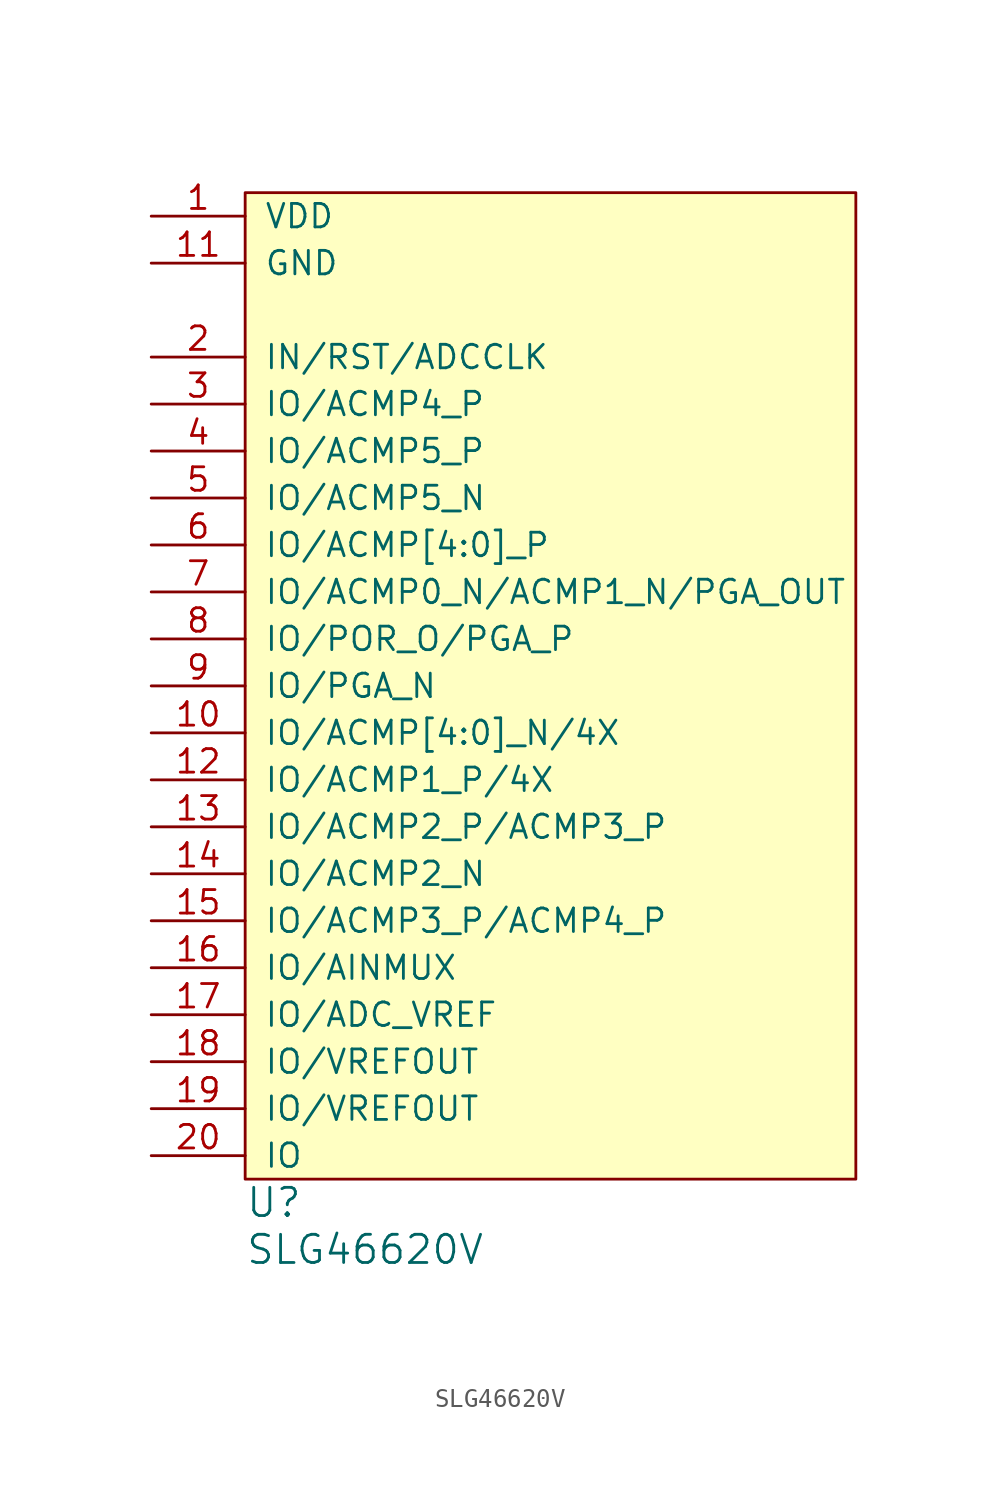
<source format=kicad_sym>
(kicad_symbol_lib
  (version 20211014)
  (generator kicad_symbol_editor)
  (symbol "SLG46620V"
    (pin_names
      (offset 1.016))
    (property "Reference" "U"
      (at 0 -1.27 0)
      (effects (font (size 1.524 1.524)) (justify left)))
    (property "Value" "SLG46620V"
      (at 0 -3.81 0)
      (effects (font (size 1.524 1.524)) (justify left)))
    (symbol "SLG46620V_0_1"
      (rectangle (start 0 53.34) (end 33.02 0) (stroke (width 0) (type default) (color 0 0 0 0)) (fill (type background))))
    (symbol "SLG46620V_1_1"
      (pin power_in line (at -5.08 52.07 0) (length 5.08) (name "VDD" (effects (font (size 1.27 1.27)))) (number "1" (effects (font (size 1.27 1.27)))))
      (pin bidirectional line (at -5.08 24.13 0) (length 5.08) (name "IO/ACMP[4:0]_N/4X" (effects (font (size 1.27 1.27)))) (number "10" (effects (font (size 1.27 1.27)))))
      (pin power_in line (at -5.08 49.53 0) (length 5.08) (name "GND" (effects (font (size 1.27 1.27)))) (number "11" (effects (font (size 1.27 1.27)))))
      (pin bidirectional line (at -5.08 21.59 0) (length 5.08) (name "IO/ACMP1_P/4X" (effects (font (size 1.27 1.27)))) (number "12" (effects (font (size 1.27 1.27)))))
      (pin bidirectional line (at -5.08 19.05 0) (length 5.08) (name "IO/ACMP2_P/ACMP3_P" (effects (font (size 1.27 1.27)))) (number "13" (effects (font (size 1.27 1.27)))))
      (pin bidirectional line (at -5.08 16.51 0) (length 5.08) (name "IO/ACMP2_N" (effects (font (size 1.27 1.27)))) (number "14" (effects (font (size 1.27 1.27)))))
      (pin bidirectional line (at -5.08 13.97 0) (length 5.08) (name "IO/ACMP3_P/ACMP4_P" (effects (font (size 1.27 1.27)))) (number "15" (effects (font (size 1.27 1.27)))))
      (pin bidirectional line (at -5.08 11.43 0) (length 5.08) (name "IO/AINMUX" (effects (font (size 1.27 1.27)))) (number "16" (effects (font (size 1.27 1.27)))))
      (pin bidirectional line (at -5.08 8.89 0) (length 5.08) (name "IO/ADC_VREF" (effects (font (size 1.27 1.27)))) (number "17" (effects (font (size 1.27 1.27)))))
      (pin bidirectional line (at -5.08 6.35 0) (length 5.08) (name "IO/VREFOUT" (effects (font (size 1.27 1.27)))) (number "18" (effects (font (size 1.27 1.27)))))
      (pin bidirectional line (at -5.08 3.81 0) (length 5.08) (name "IO/VREFOUT" (effects (font (size 1.27 1.27)))) (number "19" (effects (font (size 1.27 1.27)))))
      (pin input line (at -5.08 44.45 0) (length 5.08) (name "IN/RST/ADCCLK" (effects (font (size 1.27 1.27)))) (number "2" (effects (font (size 1.27 1.27)))))
      (pin bidirectional line (at -5.08 1.27 0) (length 5.08) (name "IO" (effects (font (size 1.27 1.27)))) (number "20" (effects (font (size 1.27 1.27)))))
      (pin bidirectional line (at -5.08 41.91 0) (length 5.08) (name "IO/ACMP4_P" (effects (font (size 1.27 1.27)))) (number "3" (effects (font (size 1.27 1.27)))))
      (pin bidirectional line (at -5.08 39.37 0) (length 5.08) (name "IO/ACMP5_P" (effects (font (size 1.27 1.27)))) (number "4" (effects (font (size 1.27 1.27)))))
      (pin bidirectional line (at -5.08 36.83 0) (length 5.08) (name "IO/ACMP5_N" (effects (font (size 1.27 1.27)))) (number "5" (effects (font (size 1.27 1.27)))))
      (pin bidirectional line (at -5.08 34.29 0) (length 5.08) (name "IO/ACMP[4:0]_P" (effects (font (size 1.27 1.27)))) (number "6" (effects (font (size 1.27 1.27)))))
      (pin bidirectional line (at -5.08 31.75 0) (length 5.08) (name "IO/ACMP0_N/ACMP1_N/PGA_OUT" (effects (font (size 1.27 1.27)))) (number "7" (effects (font (size 1.27 1.27)))))
      (pin bidirectional line (at -5.08 29.21 0) (length 5.08) (name "IO/POR_O/PGA_P" (effects (font (size 1.27 1.27)))) (number "8" (effects (font (size 1.27 1.27)))))
      (pin bidirectional line (at -5.08 26.67 0) (length 5.08) (name "IO/PGA_N" (effects (font (size 1.27 1.27)))) (number "9" (effects (font (size 1.27 1.27))))))))
</source>
